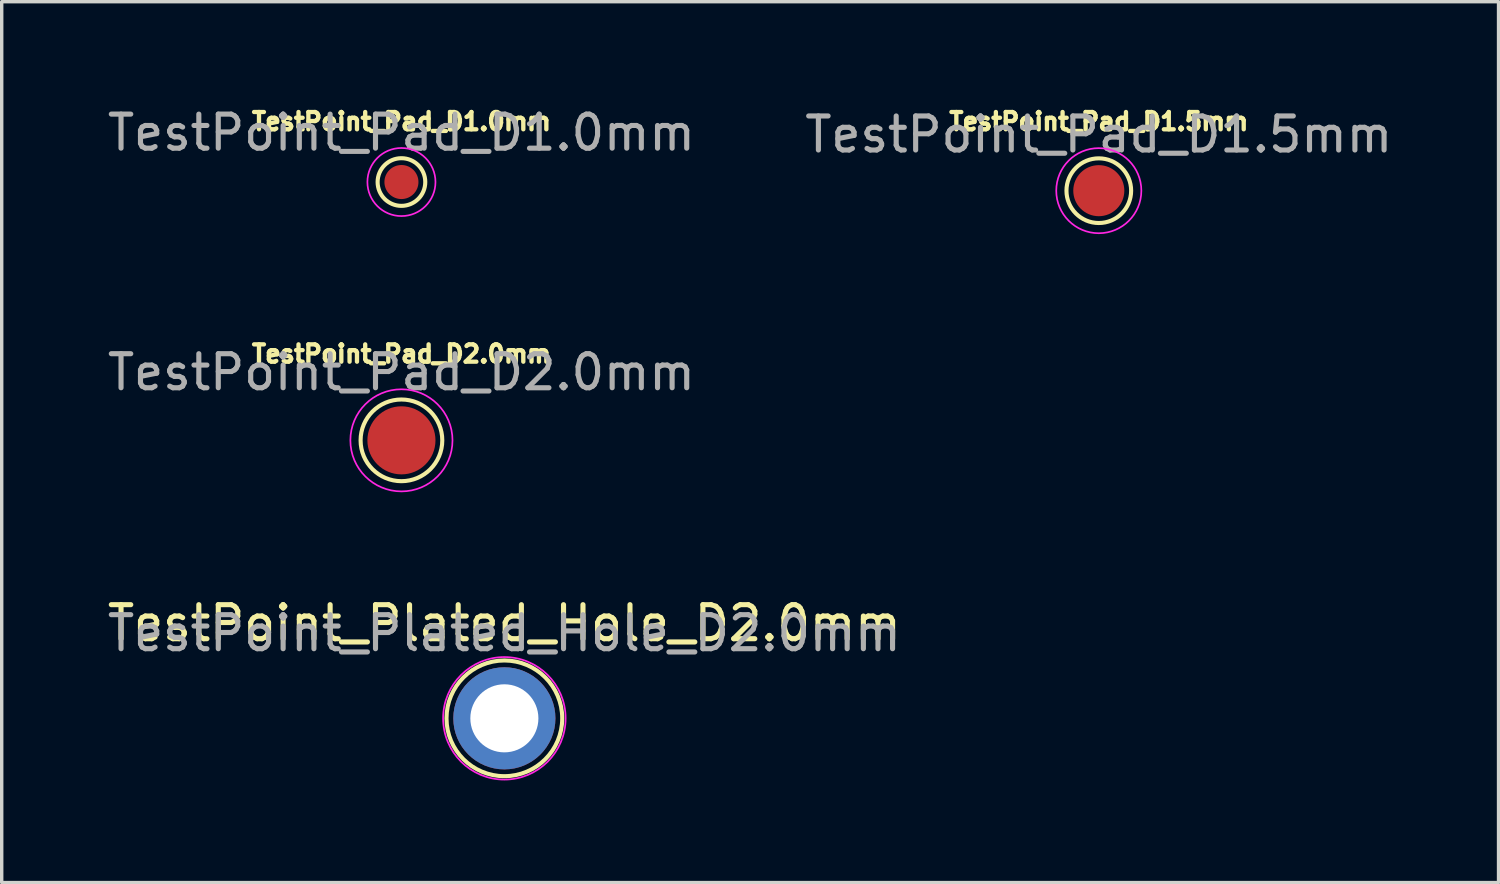
<source format=kicad_pcb>
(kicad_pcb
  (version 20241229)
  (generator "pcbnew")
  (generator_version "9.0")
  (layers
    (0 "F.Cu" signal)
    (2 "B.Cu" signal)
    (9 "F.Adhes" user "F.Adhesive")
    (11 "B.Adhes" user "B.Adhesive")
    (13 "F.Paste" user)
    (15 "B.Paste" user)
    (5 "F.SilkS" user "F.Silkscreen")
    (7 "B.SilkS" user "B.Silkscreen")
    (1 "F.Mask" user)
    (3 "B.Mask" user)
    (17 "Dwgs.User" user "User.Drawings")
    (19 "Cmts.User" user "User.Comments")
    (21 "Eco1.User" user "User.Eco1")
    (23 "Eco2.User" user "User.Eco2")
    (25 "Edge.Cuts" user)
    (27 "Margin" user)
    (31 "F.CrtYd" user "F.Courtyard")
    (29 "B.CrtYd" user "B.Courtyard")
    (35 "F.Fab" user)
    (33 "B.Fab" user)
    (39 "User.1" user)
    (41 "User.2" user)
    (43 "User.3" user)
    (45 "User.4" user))
  (footprint "TestPoint_Pad_D1.0mm"
    (layer "F.Cu")
    (at 8.744 2.298)
    (property "Reference" "TestPoint_Pad_D1.0mm" (at 0 -1.778 0) (layer "F.SilkS") (effects (font (size 0.508 0.508) (thickness 0.127))))
    (attr exclude_from_pos_files exclude_from_bom)
    (fp_circle (center 0 0) (end 0 0.7) (stroke (width 0.12) (type solid)) (fill no) (layer "F.SilkS"))
    (fp_circle (center 0 0) (end 1 0) (stroke (width 0.05) (type solid)) (fill no) (layer "F.CrtYd"))
    (fp_text user "${REFERENCE}" (at 0 -1.45 0) (layer "F.Fab") (effects (font (size 1 1) (thickness 0.15))))
    (pad "1" smd circle (at 0 0) (size 1 1) (layers "F.Cu" "F.Mask")))
  (footprint "TestPoint_Plated_Hole_D2.0mm"
    (layer "F.Cu")
    (at 11.768 18.054)
    (property "Reference" "TestPoint_Plated_Hole_D2.0mm" (at 0 -2.794 0) (layer "F.SilkS") (effects (font (size 1 1) (thickness 0.15))))
    (attr exclude_from_pos_files exclude_from_bom)
    (fp_circle (center 0 0) (end 0 -1.7) (stroke (width 0.12) (type solid)) (fill no) (layer "F.SilkS"))
    (fp_circle (center 0 0) (end 1.8 0) (stroke (width 0.05) (type solid)) (fill no) (layer "F.CrtYd"))
    (fp_text user "${REFERENCE}" (at 0 -2.5 0) (layer "F.Fab") (effects (font (size 1 1) (thickness 0.15))))
    (pad "1" thru_hole circle (at 0 0) (size 3 3) (drill 2) (layers "*.Cu" "*.Mask")))
  (footprint "TestPoint_Pad_D2.0mm"
    (layer "F.Cu")
    (at 8.744 9.887)
    (property "Reference" "TestPoint_Pad_D2.0mm" (at 0 -2.54 0) (layer "F.SilkS") (effects (font (size 0.508 0.508) (thickness 0.127))))
    (attr exclude_from_pos_files exclude_from_bom)
    (fp_circle (center 0 0) (end 0 1.2) (stroke (width 0.12) (type solid)) (fill no) (layer "F.SilkS"))
    (fp_circle (center 0 0) (end 1.5 0) (stroke (width 0.05) (type solid)) (fill no) (layer "F.CrtYd"))
    (fp_text user "${REFERENCE}" (at 0 -2 0) (layer "F.Fab") (effects (font (size 1 1) (thickness 0.15))))
    (pad "1" smd circle (at 0 0) (size 2 2) (layers "F.Cu" "F.Mask")))
  (footprint "TestPoint_Pad_D1.5mm"
    (layer "F.Cu")
    (at 29.232 2.552)
    (property "Reference" "TestPoint_Pad_D1.5mm" (at 0 -2.032 0) (layer "F.SilkS") (effects (font (size 0.508 0.508) (thickness 0.127))))
    (attr exclude_from_pos_files exclude_from_bom)
    (fp_circle (center 0 0) (end 0 0.95) (stroke (width 0.12) (type solid)) (fill no) (layer "F.SilkS"))
    (fp_circle (center 0 0) (end 1.25 0) (stroke (width 0.05) (type solid)) (fill no) (layer "F.CrtYd"))
    (fp_text user "${REFERENCE}" (at 0 -1.65 0) (layer "F.Fab") (effects (font (size 1 1) (thickness 0.15))))
    (pad "1" smd circle (at 0 0) (size 1.5 1.5) (layers "F.Cu" "F.Mask")))
  (gr_rect
    (start -3 -3)
    (end 40.976 22.879)
    (stroke (width 0.1) (type default))
    (fill no)
    (layer "Edge.Cuts")))
</source>
